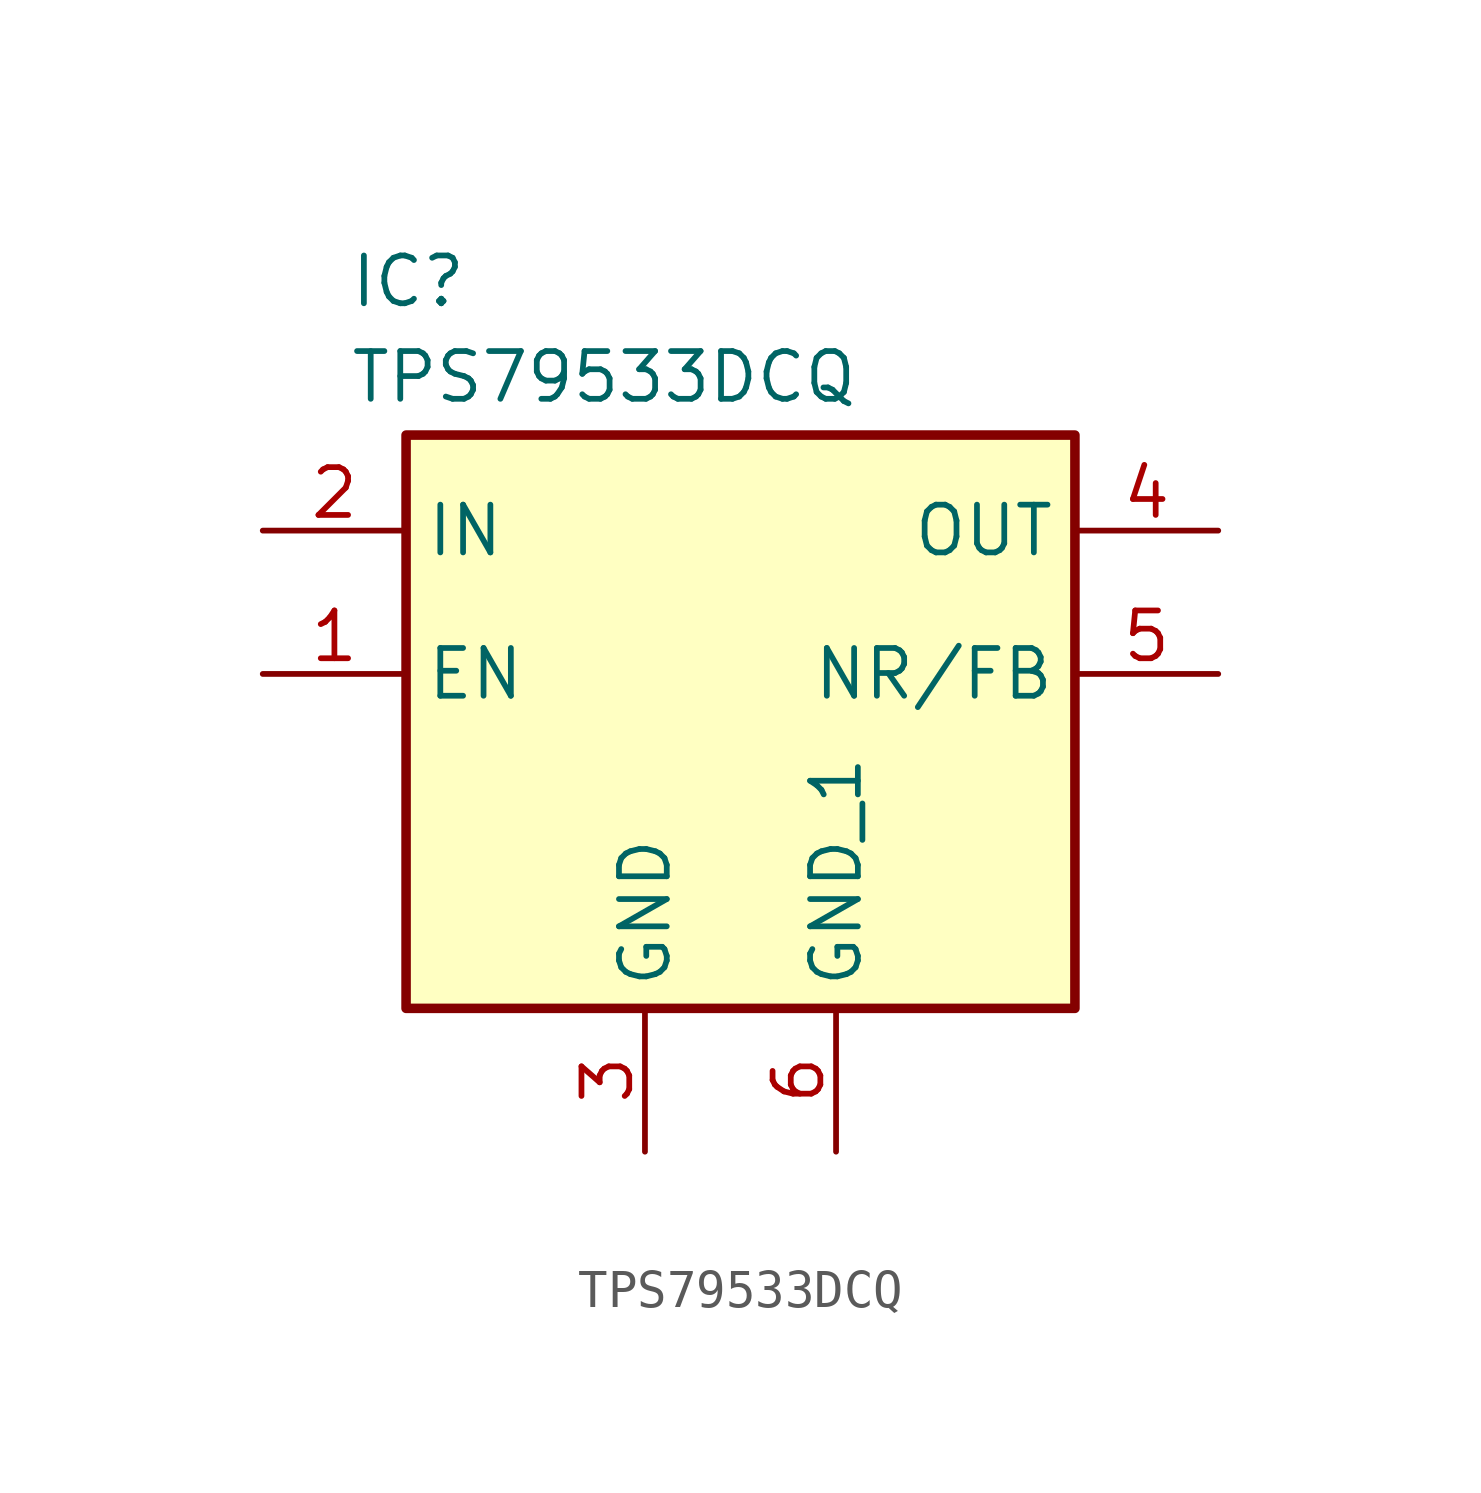
<source format=kicad_sym>
(kicad_symbol_lib
  (version 20231120)
  (generator "kicad_symbol_editor")
  (generator_version "8.0")
  (symbol "TPS79533DCQ"
    (property "Reference" "IC"
      (at -10.414 12.446 0)
      (effects (font (size 1.27 1.27)) (justify left top)))
    (property "Value" "TPS79533DCQ"
      (at -10.414 9.906 0)
      (effects (font (size 1.27 1.27)) (justify left top)))
    (symbol "TPS79533DCQ_1_1"
      (rectangle (start -8.89 7.62) (end 8.89 -7.62) (stroke (width 0.254) (type default)) (fill (type background)))
      (pin passive line (at -12.7 1.27 0) (length 3.81) (name "EN" (effects (font (size 1.27 1.27)))) (number "1" (effects (font (size 1.27 1.27)))))
      (pin input line (at -12.7 5.08 0) (length 3.81) (name "IN" (effects (font (size 1.27 1.27)))) (number "2" (effects (font (size 1.27 1.27)))))
      (pin power_in line (at -2.54 -11.43 90) (length 3.81) (name "GND" (effects (font (size 1.27 1.27)))) (number "3" (effects (font (size 1.27 1.27)))))
      (pin output line (at 12.7 5.08 180) (length 3.81) (name "OUT" (effects (font (size 1.27 1.27)))) (number "4" (effects (font (size 1.27 1.27)))))
      (pin passive line (at 12.7 1.27 180) (length 3.81) (name "NR/FB" (effects (font (size 1.27 1.27)))) (number "5" (effects (font (size 1.27 1.27)))))
      (pin power_in line (at 2.54 -11.43 90) (length 3.81) (name "GND_1" (effects (font (size 1.27 1.27)))) (number "6" (effects (font (size 1.27 1.27))))))))
</source>
